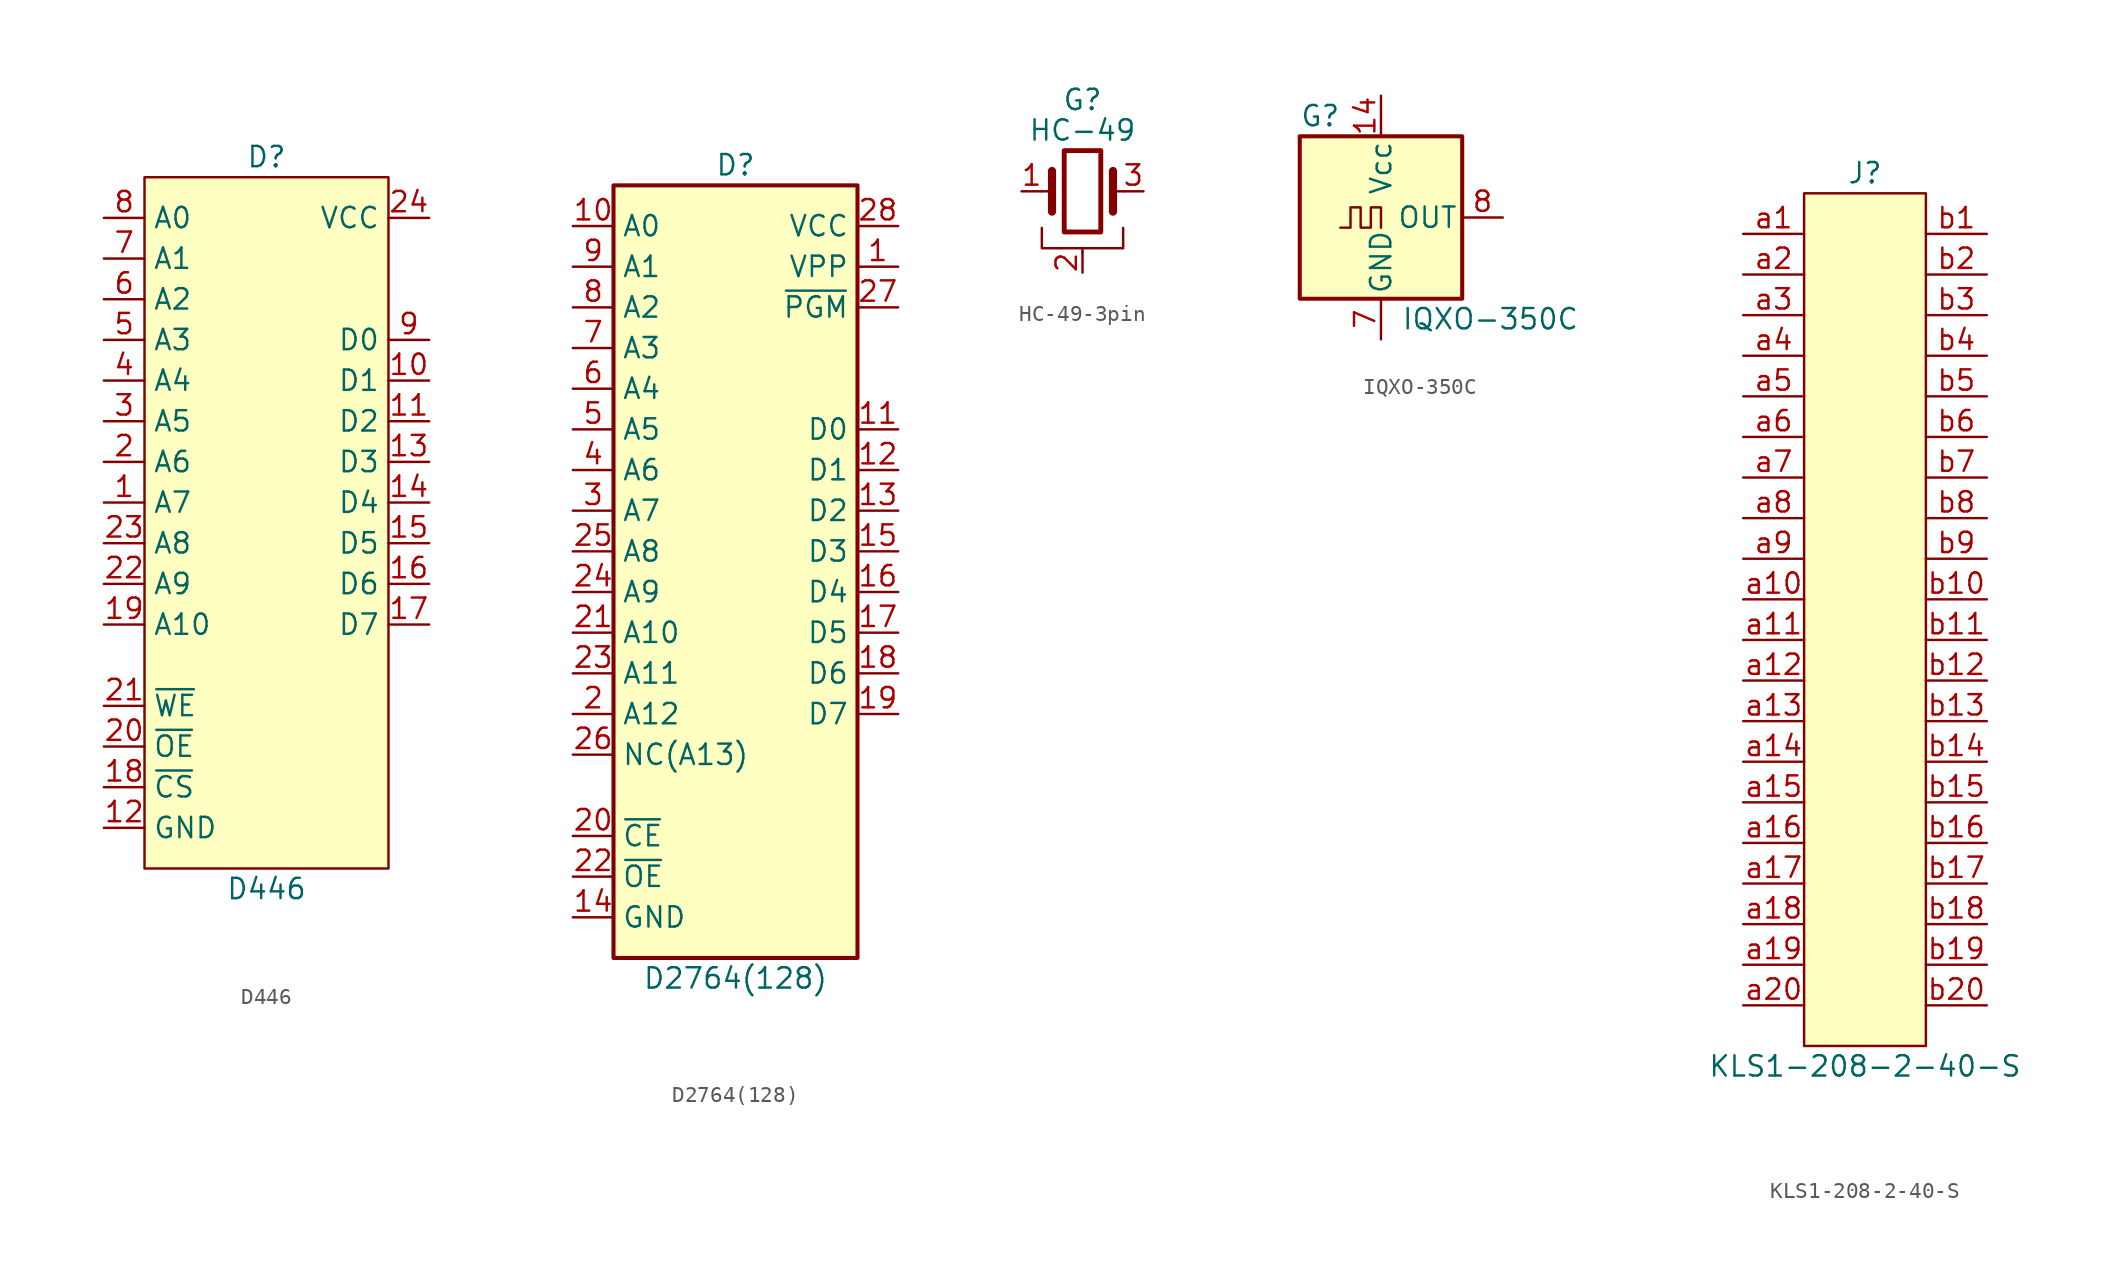
<source format=kicad_sym>
(kicad_symbol_lib
  (version 20241209)
  (generator "kicad_symbol_editor")
  (generator_version "9.0")
  (symbol "D446"
    (property "Reference" "D"
      (at 0 1.27 0)
      (do_not_autoplace)
      (effects (font (size 1.27 1.27))))
    (property "Value" "D446"
      (at 0 -44.45 0)
      (do_not_autoplace)
      (effects (font (size 1.27 1.27))))
    (symbol "D446_0_0"
      (pin input line (at -10.16 -2.54 0) (length 2.54) (name "A0" (effects (font (size 1.27 1.27)))) (number "8" (effects (font (size 1.27 1.27)))))
      (pin input line (at -10.16 -5.08 0) (length 2.54) (name "A1" (effects (font (size 1.27 1.27)))) (number "7" (effects (font (size 1.27 1.27)))))
      (pin input line (at -10.16 -7.62 0) (length 2.54) (name "A2" (effects (font (size 1.27 1.27)))) (number "6" (effects (font (size 1.27 1.27)))))
      (pin input line (at -10.16 -10.16 0) (length 2.54) (name "A3" (effects (font (size 1.27 1.27)))) (number "5" (effects (font (size 1.27 1.27)))))
      (pin input line (at -10.16 -12.7 0) (length 2.54) (name "A4" (effects (font (size 1.27 1.27)))) (number "4" (effects (font (size 1.27 1.27)))))
      (pin input line (at -10.16 -15.24 0) (length 2.54) (name "A5" (effects (font (size 1.27 1.27)))) (number "3" (effects (font (size 1.27 1.27)))))
      (pin input line (at -10.16 -17.78 0) (length 2.54) (name "A6" (effects (font (size 1.27 1.27)))) (number "2" (effects (font (size 1.27 1.27)))))
      (pin input line (at -10.16 -20.32 0) (length 2.54) (name "A7" (effects (font (size 1.27 1.27)))) (number "1" (effects (font (size 1.27 1.27)))))
      (pin input line (at -10.16 -22.86 0) (length 2.54) (name "A8" (effects (font (size 1.27 1.27)))) (number "23" (effects (font (size 1.27 1.27)))))
      (pin input line (at -10.16 -25.4 0) (length 2.54) (name "A9" (effects (font (size 1.27 1.27)))) (number "22" (effects (font (size 1.27 1.27)))))
      (pin input line (at -10.16 -27.94 0) (length 2.54) (name "A10" (effects (font (size 1.27 1.27)))) (number "19" (effects (font (size 1.27 1.27)))))
      (pin input line (at -10.16 -33.02 0) (length 2.54) (name "~{WE}" (effects (font (size 1.27 1.27)))) (number "21" (effects (font (size 1.27 1.27)))))
      (pin input line (at -10.16 -35.56 0) (length 2.54) (name "~{OE}" (effects (font (size 1.27 1.27)))) (number "20" (effects (font (size 1.27 1.27)))))
      (pin input line (at -10.16 -38.1 0) (length 2.54) (name "~{CS}" (effects (font (size 1.27 1.27)))) (number "18" (effects (font (size 1.27 1.27)))))
      (pin power_in line (at -10.16 -40.64 0) (length 2.54) (name "GND" (effects (font (size 1.27 1.27)))) (number "12" (effects (font (size 1.27 1.27)))))
      (pin power_in line (at 10.16 -2.54 180) (length 2.54) (name "VCC" (effects (font (size 1.27 1.27)))) (number "24" (effects (font (size 1.27 1.27)))))
      (pin bidirectional line (at 10.16 -10.16 180) (length 2.54) (name "D0" (effects (font (size 1.27 1.27)))) (number "9" (effects (font (size 1.27 1.27)))))
      (pin bidirectional line (at 10.16 -12.7 180) (length 2.54) (name "D1" (effects (font (size 1.27 1.27)))) (number "10" (effects (font (size 1.27 1.27)))))
      (pin bidirectional line (at 10.16 -15.24 180) (length 2.54) (name "D2" (effects (font (size 1.27 1.27)))) (number "11" (effects (font (size 1.27 1.27)))))
      (pin bidirectional line (at 10.16 -17.78 180) (length 2.54) (name "D3" (effects (font (size 1.27 1.27)))) (number "13" (effects (font (size 1.27 1.27)))))
      (pin bidirectional line (at 10.16 -20.32 180) (length 2.54) (name "D4" (effects (font (size 1.27 1.27)))) (number "14" (effects (font (size 1.27 1.27)))))
      (pin bidirectional line (at 10.16 -22.86 180) (length 2.54) (name "D5" (effects (font (size 1.27 1.27)))) (number "15" (effects (font (size 1.27 1.27)))))
      (pin bidirectional line (at 10.16 -25.4 180) (length 2.54) (name "D6" (effects (font (size 1.27 1.27)))) (number "16" (effects (font (size 1.27 1.27)))))
      (pin bidirectional line (at 10.16 -27.94 180) (length 2.54) (name "D7" (effects (font (size 1.27 1.27)))) (number "17" (effects (font (size 1.27 1.27))))))
    (symbol "D446_1_1"
      (rectangle (start -7.62 0) (end 7.62 -43.18) (stroke (width 0) (type solid)) (fill (type background)))))
  (symbol "D2764(128)"
    (property "Reference" "D"
      (at 0 24.13 0)
      (do_not_autoplace)
      (effects (font (size 1.27 1.27))))
    (property "Value" "D2764(128)"
      (at 0 -26.67 0)
      (do_not_autoplace)
      (effects (font (size 1.27 1.27))))
    (symbol "D2764(128)_1_1"
      (rectangle (start -7.62 22.86) (end 7.62 -25.4) (stroke (width 0.254) (type default)) (fill (type background)))
      (pin input line (at -10.16 20.32 0) (length 2.54) (name "A0" (effects (font (size 1.27 1.27)))) (number "10" (effects (font (size 1.27 1.27)))))
      (pin input line (at -10.16 17.78 0) (length 2.54) (name "A1" (effects (font (size 1.27 1.27)))) (number "9" (effects (font (size 1.27 1.27)))))
      (pin input line (at -10.16 15.24 0) (length 2.54) (name "A2" (effects (font (size 1.27 1.27)))) (number "8" (effects (font (size 1.27 1.27)))))
      (pin input line (at -10.16 12.7 0) (length 2.54) (name "A3" (effects (font (size 1.27 1.27)))) (number "7" (effects (font (size 1.27 1.27)))))
      (pin input line (at -10.16 10.16 0) (length 2.54) (name "A4" (effects (font (size 1.27 1.27)))) (number "6" (effects (font (size 1.27 1.27)))))
      (pin input line (at -10.16 7.62 0) (length 2.54) (name "A5" (effects (font (size 1.27 1.27)))) (number "5" (effects (font (size 1.27 1.27)))))
      (pin input line (at -10.16 5.08 0) (length 2.54) (name "A6" (effects (font (size 1.27 1.27)))) (number "4" (effects (font (size 1.27 1.27)))))
      (pin input line (at -10.16 2.54 0) (length 2.54) (name "A7" (effects (font (size 1.27 1.27)))) (number "3" (effects (font (size 1.27 1.27)))))
      (pin input line (at -10.16 0 0) (length 2.54) (name "A8" (effects (font (size 1.27 1.27)))) (number "25" (effects (font (size 1.27 1.27)))))
      (pin input line (at -10.16 -2.54 0) (length 2.54) (name "A9" (effects (font (size 1.27 1.27)))) (number "24" (effects (font (size 1.27 1.27)))))
      (pin input line (at -10.16 -5.08 0) (length 2.54) (name "A10" (effects (font (size 1.27 1.27)))) (number "21" (effects (font (size 1.27 1.27)))))
      (pin input line (at -10.16 -7.62 0) (length 2.54) (name "A11" (effects (font (size 1.27 1.27)))) (number "23" (effects (font (size 1.27 1.27)))))
      (pin input line (at -10.16 -10.16 0) (length 2.54) (name "A12" (effects (font (size 1.27 1.27)))) (number "2" (effects (font (size 1.27 1.27)))))
      (pin input line (at -10.16 -12.7 0) (length 2.54) (name "NC(A13)" (effects (font (size 1.27 1.27)))) (number "26" (effects (font (size 1.27 1.27)))))
      (pin input line (at -10.16 -17.78 0) (length 2.54) (name "~{CE}" (effects (font (size 1.27 1.27)))) (number "20" (effects (font (size 1.27 1.27)))))
      (pin input line (at -10.16 -20.32 0) (length 2.54) (name "~{OE}" (effects (font (size 1.27 1.27)))) (number "22" (effects (font (size 1.27 1.27)))))
      (pin power_in line (at -10.16 -22.86 0) (length 2.54) (name "GND" (effects (font (size 1.27 1.27)))) (number "14" (effects (font (size 1.27 1.27)))))
      (pin power_in line (at 10.16 20.32 180) (length 2.54) (name "VCC" (effects (font (size 1.27 1.27)))) (number "28" (effects (font (size 1.27 1.27)))))
      (pin input line (at 10.16 17.78 180) (length 2.54) (name "VPP" (effects (font (size 1.27 1.27)))) (number "1" (effects (font (size 1.27 1.27)))))
      (pin input line (at 10.16 15.24 180) (length 2.54) (name "~{PGM}" (effects (font (size 1.27 1.27)))) (number "27" (effects (font (size 1.27 1.27)))))
      (pin tri_state line (at 10.16 7.62 180) (length 2.54) (name "D0" (effects (font (size 1.27 1.27)))) (number "11" (effects (font (size 1.27 1.27)))))
      (pin tri_state line (at 10.16 5.08 180) (length 2.54) (name "D1" (effects (font (size 1.27 1.27)))) (number "12" (effects (font (size 1.27 1.27)))))
      (pin tri_state line (at 10.16 2.54 180) (length 2.54) (name "D2" (effects (font (size 1.27 1.27)))) (number "13" (effects (font (size 1.27 1.27)))))
      (pin tri_state line (at 10.16 0 180) (length 2.54) (name "D3" (effects (font (size 1.27 1.27)))) (number "15" (effects (font (size 1.27 1.27)))))
      (pin tri_state line (at 10.16 -2.54 180) (length 2.54) (name "D4" (effects (font (size 1.27 1.27)))) (number "16" (effects (font (size 1.27 1.27)))))
      (pin tri_state line (at 10.16 -5.08 180) (length 2.54) (name "D5" (effects (font (size 1.27 1.27)))) (number "17" (effects (font (size 1.27 1.27)))))
      (pin tri_state line (at 10.16 -7.62 180) (length 2.54) (name "D6" (effects (font (size 1.27 1.27)))) (number "18" (effects (font (size 1.27 1.27)))))
      (pin tri_state line (at 10.16 -10.16 180) (length 2.54) (name "D7" (effects (font (size 1.27 1.27)))) (number "19" (effects (font (size 1.27 1.27)))))))
  (symbol "HC-49-3pin"
    (pin_names
      (offset 1.016)
      (hide yes))
    (property "Reference" "G"
      (at 0 5.715 0)
      (effects (font (size 1.27 1.27))))
    (property "Value" "HC-49"
      (at 0 3.81 0)
      (effects (font (size 1.27 1.27))))
    (symbol "HC-49-3pin_0_1"
      (polyline (pts (xy -2.54 0) (xy -1.905 0)) (stroke (width 0) (type default)) (fill (type none)))
      (polyline (pts (xy -2.54 -2.286) (xy -2.54 -3.556) (xy 2.54 -3.556) (xy 2.54 -2.286)) (stroke (width 0) (type default)) (fill (type none)))
      (polyline (pts (xy -1.905 -1.27) (xy -1.905 1.27)) (stroke (width 0.508) (type default)) (fill (type none)))
      (rectangle (start -1.143 2.54) (end 1.143 -2.54) (stroke (width 0.305) (type default)) (fill (type none)))
      (polyline (pts (xy 0 -3.81) (xy 0 -3.556)) (stroke (width 0) (type default)) (fill (type none)))
      (polyline (pts (xy 1.905 1.27) (xy 1.905 -1.27)) (stroke (width 0.508) (type default)) (fill (type none)))
      (polyline (pts (xy 1.905 0) (xy 2.54 0)) (stroke (width 0) (type default)) (fill (type none))))
    (symbol "HC-49-3pin_1_1"
      (pin passive line (at -3.81 0 0) (length 1.27) (name "1" (effects (font (size 1.27 1.27)))) (number "1" (effects (font (size 1.27 1.27)))))
      (pin power_in line (at 0 -5.08 90) (length 1.27) (name "2" (effects (font (size 1.27 1.27)))) (number "2" (effects (font (size 1.27 1.27)))))
      (pin passive line (at 3.81 0 180) (length 1.27) (name "3" (effects (font (size 1.27 1.27)))) (number "3" (effects (font (size 1.27 1.27)))))))
  (symbol "IQXO-350C"
    (pin_names
      (offset 0.254))
    (property "Reference" "G"
      (at -5.08 6.35 0)
      (effects (font (size 1.27 1.27)) (justify left)))
    (property "Value" "IQXO-350C"
      (at 1.27 -6.35 0)
      (effects (font (size 1.27 1.27)) (justify left)))
    (symbol "IQXO-350C_0_1"
      (rectangle (start -5.08 5.08) (end 5.08 -5.08) (stroke (width 0.254) (type default)) (fill (type background)))
      (polyline (pts (xy -2.54 -0.635) (xy -1.905 -0.635) (xy -1.905 0.635) (xy -1.27 0.635) (xy -1.27 -0.635) (xy -0.635 -0.635) (xy -0.635 0.635) (xy 0 0.635) (xy 0 -0.635)) (stroke (width 0) (type default)) (fill (type none))))
    (symbol "IQXO-350C_1_1"
      (pin no_connect line (at -7.62 0 0) (length 2.54) (hide yes) (name "NC" (effects (font (size 1.27 1.27)))) (number "1" (effects (font (size 1.27 1.27)))))
      (pin power_in line (at 0 7.62 270) (length 2.54) (name "Vcc" (effects (font (size 1.27 1.27)))) (number "14" (effects (font (size 1.27 1.27)))))
      (pin power_in line (at 0 -7.62 90) (length 2.54) (name "GND" (effects (font (size 1.27 1.27)))) (number "7" (effects (font (size 1.27 1.27)))))
      (pin output line (at 7.62 0 180) (length 2.54) (name "OUT" (effects (font (size 1.27 1.27)))) (number "8" (effects (font (size 1.27 1.27)))))))
  (symbol "KLS1-208-2-40-S"
    (property "Reference" "J"
      (at 0 3.81 0)
      (effects (font (size 1.27 1.27))))
    (property "Value" "KLS1-208-2-40-S"
      (at 0 -52.07 0)
      (effects (font (size 1.27 1.27))))
    (symbol "KLS1-208-2-40-S_0_0"
      (pin unspecified line (at -7.62 0 0) (length 3.81) (name "" (effects (font (size 1.27 1.27)))) (number "a1" (effects (font (size 1.27 1.27)))))
      (pin unspecified line (at -7.62 -2.54 0) (length 3.81) (name "" (effects (font (size 1.27 1.27)))) (number "a2" (effects (font (size 1.27 1.27)))))
      (pin unspecified line (at -7.62 -5.08 0) (length 3.81) (name "" (effects (font (size 1.27 1.27)))) (number "a3" (effects (font (size 1.27 1.27)))))
      (pin unspecified line (at -7.62 -7.62 0) (length 3.81) (name "" (effects (font (size 1.27 1.27)))) (number "a4" (effects (font (size 1.27 1.27)))))
      (pin unspecified line (at -7.62 -10.16 0) (length 3.81) (name "" (effects (font (size 1.27 1.27)))) (number "a5" (effects (font (size 1.27 1.27)))))
      (pin unspecified line (at -7.62 -12.7 0) (length 3.81) (name "" (effects (font (size 1.27 1.27)))) (number "a6" (effects (font (size 1.27 1.27)))))
      (pin unspecified line (at -7.62 -15.24 0) (length 3.81) (name "" (effects (font (size 1.27 1.27)))) (number "a7" (effects (font (size 1.27 1.27)))))
      (pin unspecified line (at -7.62 -17.78 0) (length 3.81) (name "" (effects (font (size 1.27 1.27)))) (number "a8" (effects (font (size 1.27 1.27)))))
      (pin unspecified line (at -7.62 -20.32 0) (length 3.81) (name "" (effects (font (size 1.27 1.27)))) (number "a9" (effects (font (size 1.27 1.27)))))
      (pin unspecified line (at -7.62 -22.86 0) (length 3.81) (name "" (effects (font (size 1.27 1.27)))) (number "a10" (effects (font (size 1.27 1.27)))))
      (pin unspecified line (at -7.62 -25.4 0) (length 3.81) (name "" (effects (font (size 1.27 1.27)))) (number "a11" (effects (font (size 1.27 1.27)))))
      (pin unspecified line (at -7.62 -27.94 0) (length 3.81) (name "" (effects (font (size 1.27 1.27)))) (number "a12" (effects (font (size 1.27 1.27)))))
      (pin unspecified line (at -7.62 -30.48 0) (length 3.81) (name "" (effects (font (size 1.27 1.27)))) (number "a13" (effects (font (size 1.27 1.27)))))
      (pin unspecified line (at -7.62 -33.02 0) (length 3.81) (name "" (effects (font (size 1.27 1.27)))) (number "a14" (effects (font (size 1.27 1.27)))))
      (pin unspecified line (at -7.62 -35.56 0) (length 3.81) (name "" (effects (font (size 1.27 1.27)))) (number "a15" (effects (font (size 1.27 1.27)))))
      (pin unspecified line (at -7.62 -38.1 0) (length 3.81) (name "" (effects (font (size 1.27 1.27)))) (number "a16" (effects (font (size 1.27 1.27)))))
      (pin unspecified line (at -7.62 -40.64 0) (length 3.81) (name "" (effects (font (size 1.27 1.27)))) (number "a17" (effects (font (size 1.27 1.27)))))
      (pin unspecified line (at -7.62 -43.18 0) (length 3.81) (name "" (effects (font (size 1.27 1.27)))) (number "a18" (effects (font (size 1.27 1.27)))))
      (pin unspecified line (at -7.62 -45.72 0) (length 3.81) (name "" (effects (font (size 1.27 1.27)))) (number "a19" (effects (font (size 1.27 1.27)))))
      (pin unspecified line (at -7.62 -48.26 0) (length 3.81) (name "" (effects (font (size 1.27 1.27)))) (number "a20" (effects (font (size 1.27 1.27)))))
      (pin unspecified line (at 7.62 0 180) (length 3.81) (name "" (effects (font (size 1.27 1.27)))) (number "b1" (effects (font (size 1.27 1.27)))))
      (pin unspecified line (at 7.62 -2.54 180) (length 3.81) (name "" (effects (font (size 1.27 1.27)))) (number "b2" (effects (font (size 1.27 1.27)))))
      (pin unspecified line (at 7.62 -5.08 180) (length 3.81) (name "" (effects (font (size 1.27 1.27)))) (number "b3" (effects (font (size 1.27 1.27)))))
      (pin unspecified line (at 7.62 -7.62 180) (length 3.81) (name "" (effects (font (size 1.27 1.27)))) (number "b4" (effects (font (size 1.27 1.27)))))
      (pin unspecified line (at 7.62 -10.16 180) (length 3.81) (name "" (effects (font (size 1.27 1.27)))) (number "b5" (effects (font (size 1.27 1.27)))))
      (pin unspecified line (at 7.62 -12.7 180) (length 3.81) (name "" (effects (font (size 1.27 1.27)))) (number "b6" (effects (font (size 1.27 1.27)))))
      (pin unspecified line (at 7.62 -15.24 180) (length 3.81) (name "" (effects (font (size 1.27 1.27)))) (number "b7" (effects (font (size 1.27 1.27)))))
      (pin unspecified line (at 7.62 -17.78 180) (length 3.81) (name "" (effects (font (size 1.27 1.27)))) (number "b8" (effects (font (size 1.27 1.27)))))
      (pin unspecified line (at 7.62 -20.32 180) (length 3.81) (name "" (effects (font (size 1.27 1.27)))) (number "b9" (effects (font (size 1.27 1.27)))))
      (pin unspecified line (at 7.62 -22.86 180) (length 3.81) (name "" (effects (font (size 1.27 1.27)))) (number "b10" (effects (font (size 1.27 1.27)))))
      (pin unspecified line (at 7.62 -25.4 180) (length 3.81) (name "" (effects (font (size 1.27 1.27)))) (number "b11" (effects (font (size 1.27 1.27)))))
      (pin unspecified line (at 7.62 -27.94 180) (length 3.81) (name "" (effects (font (size 1.27 1.27)))) (number "b12" (effects (font (size 1.27 1.27)))))
      (pin unspecified line (at 7.62 -30.48 180) (length 3.81) (name "" (effects (font (size 1.27 1.27)))) (number "b13" (effects (font (size 1.27 1.27)))))
      (pin unspecified line (at 7.62 -33.02 180) (length 3.81) (name "" (effects (font (size 1.27 1.27)))) (number "b14" (effects (font (size 1.27 1.27)))))
      (pin unspecified line (at 7.62 -35.56 180) (length 3.81) (name "" (effects (font (size 1.27 1.27)))) (number "b15" (effects (font (size 1.27 1.27)))))
      (pin unspecified line (at 7.62 -38.1 180) (length 3.81) (name "" (effects (font (size 1.27 1.27)))) (number "b16" (effects (font (size 1.27 1.27)))))
      (pin unspecified line (at 7.62 -40.64 180) (length 3.81) (name "" (effects (font (size 1.27 1.27)))) (number "b17" (effects (font (size 1.27 1.27)))))
      (pin unspecified line (at 7.62 -43.18 180) (length 3.81) (name "" (effects (font (size 1.27 1.27)))) (number "b18" (effects (font (size 1.27 1.27)))))
      (pin unspecified line (at 7.62 -45.72 180) (length 3.81) (name "" (effects (font (size 1.27 1.27)))) (number "b19" (effects (font (size 1.27 1.27)))))
      (pin unspecified line (at 7.62 -48.26 180) (length 3.81) (name "" (effects (font (size 1.27 1.27)))) (number "b20" (effects (font (size 1.27 1.27))))))
    (symbol "KLS1-208-2-40-S_0_1"
      (rectangle (start -3.81 2.54) (end 3.81 -50.8) (stroke (width 0) (type default)) (fill (type background))))))
</source>
